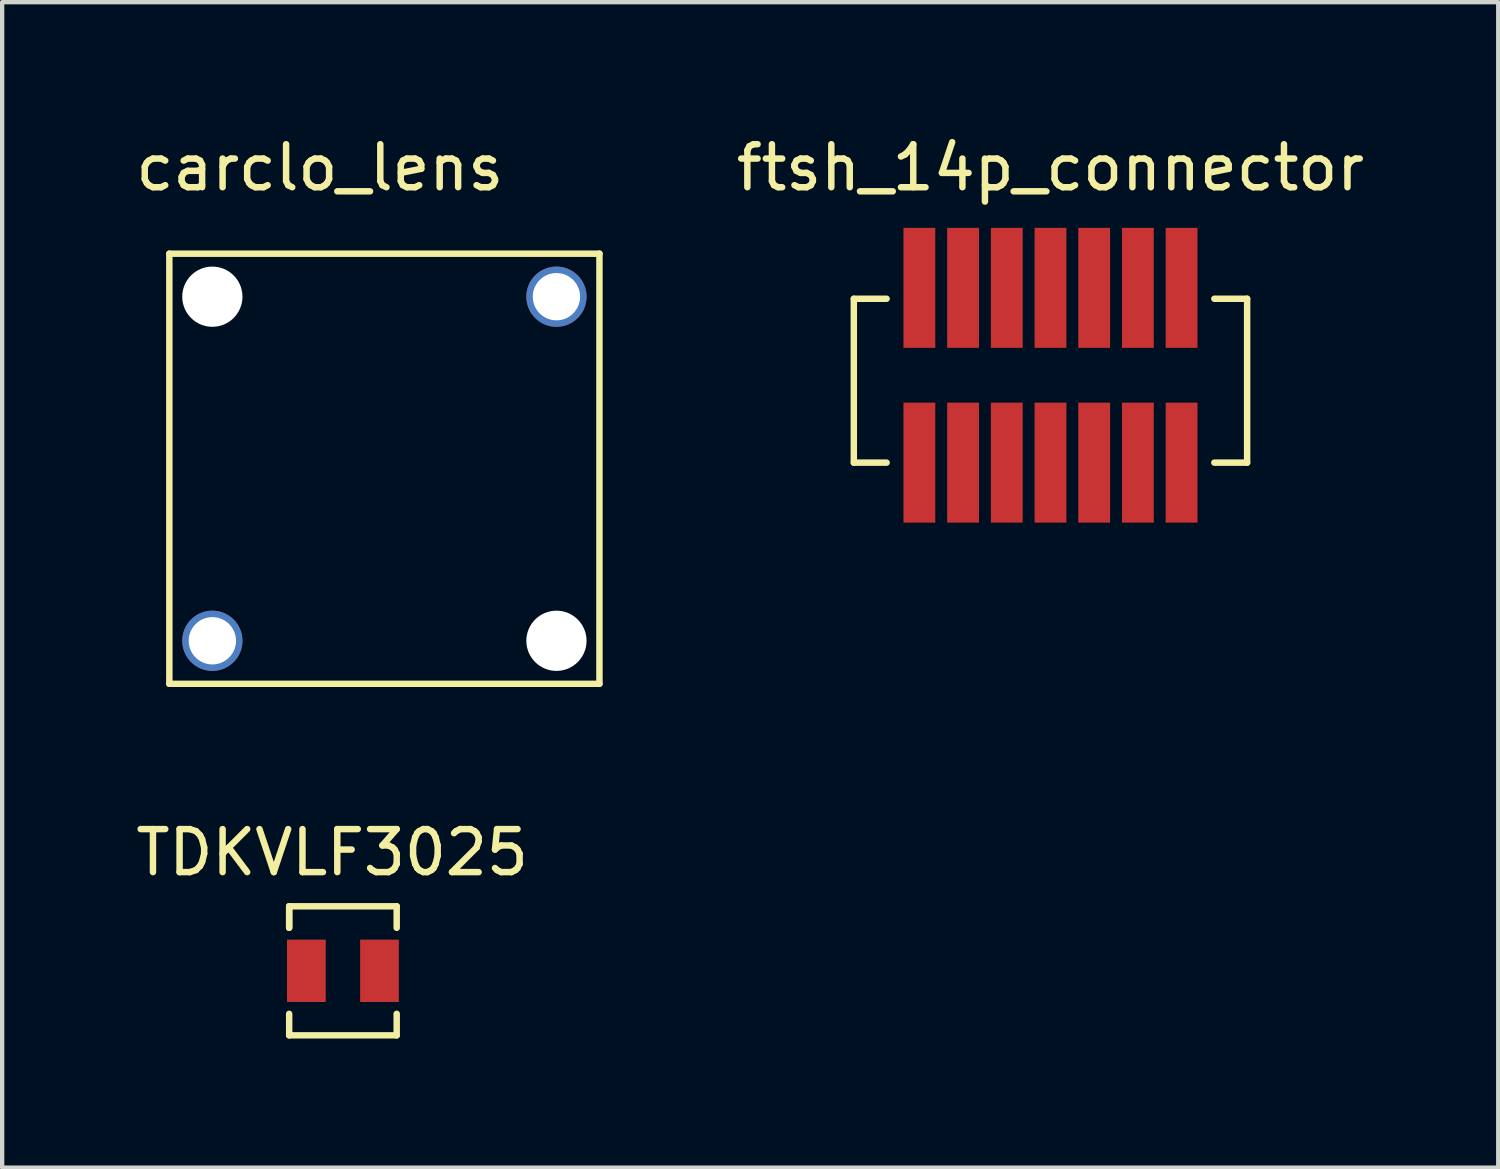
<source format=kicad_pcb>
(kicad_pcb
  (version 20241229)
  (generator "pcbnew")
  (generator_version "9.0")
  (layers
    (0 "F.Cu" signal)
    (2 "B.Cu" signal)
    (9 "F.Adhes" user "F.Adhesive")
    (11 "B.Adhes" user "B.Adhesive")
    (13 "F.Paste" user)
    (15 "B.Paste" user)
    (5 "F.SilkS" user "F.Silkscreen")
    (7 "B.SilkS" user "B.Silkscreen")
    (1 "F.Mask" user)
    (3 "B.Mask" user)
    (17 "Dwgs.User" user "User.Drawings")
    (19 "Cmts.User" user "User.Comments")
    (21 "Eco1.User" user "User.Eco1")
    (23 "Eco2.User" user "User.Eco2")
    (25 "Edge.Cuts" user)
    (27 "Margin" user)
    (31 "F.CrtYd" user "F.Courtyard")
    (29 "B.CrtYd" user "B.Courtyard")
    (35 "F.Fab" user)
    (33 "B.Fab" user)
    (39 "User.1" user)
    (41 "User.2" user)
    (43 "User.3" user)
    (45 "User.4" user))
  (footprint "TDKVLF3025"
    (layer "F.Cu")
    (at 4.923 19.521)
    (property "Reference" "TDKVLF3025" (at -0.25 -2.75 0) (layer "F.SilkS") (effects (font (size 1 1) (thickness 0.15))))
    (attr through_hole)
    (fp_line (start -1.25 -1.5) (end -1.25 -1) (stroke (width 0.15) (type solid)) (layer "F.SilkS"))
    (fp_line (start -1.25 -1.5) (end 1.25 -1.5) (stroke (width 0.15) (type solid)) (layer "F.SilkS"))
    (fp_line (start -1.25 -1) (end -1.25 -1.5) (stroke (width 0.15) (type solid)) (layer "F.SilkS"))
    (fp_line (start -1.25 1) (end -1.25 1.5) (stroke (width 0.15) (type solid)) (layer "F.SilkS"))
    (fp_line (start -1.25 1.5) (end 1.25 1.5) (stroke (width 0.15) (type solid)) (layer "F.SilkS"))
    (fp_line (start 1.25 -1.5) (end 1.25 -1) (stroke (width 0.15) (type solid)) (layer "F.SilkS"))
    (fp_line (start 1.25 1.5) (end 1.25 1) (stroke (width 0.15) (type solid)) (layer "F.SilkS"))
    (pad "1" smd rect (at -0.85 0) (size 0.9 1.45) (layers "F.Cu" "F.Mask" "F.Paste"))
    (pad "2" smd rect (at 0.85 0) (size 0.9 1.45) (layers "F.Cu" "F.Mask" "F.Paste")))
  (footprint "ftsh_14p_connector"
    (layer "F.Cu")
    (at 21.373 5.801)
    (property "Reference" "ftsh_14p_connector" (at 0 -4.953 0) (layer "F.SilkS") (effects (font (size 1 1) (thickness 0.15))))
    (attr through_hole)
    (fp_line (start -4.572 -1.905) (end -4.572 1.905) (stroke (width 0.15) (type solid)) (layer "F.SilkS"))
    (fp_line (start -4.572 1.905) (end -3.81 1.905) (stroke (width 0.15) (type solid)) (layer "F.SilkS"))
    (fp_line (start -3.81 -1.905) (end -4.572 -1.905) (stroke (width 0.15) (type solid)) (layer "F.SilkS"))
    (fp_line (start 3.81 -1.905) (end 4.572 -1.905) (stroke (width 0.15) (type solid)) (layer "F.SilkS"))
    (fp_line (start 4.572 -1.905) (end 4.572 1.905) (stroke (width 0.15) (type solid)) (layer "F.SilkS"))
    (fp_line (start 4.572 1.905) (end 3.81 1.905) (stroke (width 0.15) (type solid)) (layer "F.SilkS"))
    (pad "1" smd rect (at -3.048 1.905) (size 0.74 2.79) (layers "F.Cu" "F.Mask" "F.Paste"))
    (pad "2" smd rect (at -3.048 -2.159) (size 0.74 2.79) (layers "F.Cu" "F.Mask" "F.Paste"))
    (pad "3" smd rect (at -2.032 1.905) (size 0.74 2.79) (layers "F.Cu" "F.Mask" "F.Paste"))
    (pad "4" smd rect (at -2.032 -2.159) (size 0.74 2.79) (layers "F.Cu" "F.Mask" "F.Paste"))
    (pad "5" smd rect (at -1.016 1.905) (size 0.74 2.79) (layers "F.Cu" "F.Mask" "F.Paste"))
    (pad "6" smd rect (at -1.016 -2.159) (size 0.74 2.79) (layers "F.Cu" "F.Mask" "F.Paste"))
    (pad "7" smd rect (at 0 1.905) (size 0.74 2.79) (layers "F.Cu" "F.Mask" "F.Paste"))
    (pad "8" smd rect (at 0 -2.159) (size 0.74 2.79) (layers "F.Cu" "F.Mask" "F.Paste"))
    (pad "9" smd rect (at 1.016 1.905) (size 0.74 2.79) (layers "F.Cu" "F.Mask" "F.Paste"))
    (pad "10" smd rect (at 1.016 -2.159) (size 0.74 2.79) (layers "F.Cu" "F.Mask" "F.Paste"))
    (pad "11" smd rect (at 2.032 1.905) (size 0.74 2.79) (layers "F.Cu" "F.Mask" "F.Paste"))
    (pad "12" smd rect (at 2.032 -2.159) (size 0.74 2.79) (layers "F.Cu" "F.Mask" "F.Paste"))
    (pad "13" smd rect (at 3.048 1.905) (size 0.74 2.79) (layers "F.Cu" "F.Mask" "F.Paste"))
    (pad "14" smd rect (at 3.048 -2.159) (size 0.74 2.79) (layers "F.Cu" "F.Mask" "F.Paste")))
  (footprint "carclo_lens"
    (layer "F.Cu")
    (at 5.887 7.848)
    (property "Reference" "carclo_lens" (at -1.5 -7 0) (layer "F.SilkS") (effects (font (size 1 1) (thickness 0.15))))
    (attr through_hole)
    (fp_line (start -5 -5) (end -5 5) (stroke (width 0.15) (type solid)) (layer "F.SilkS"))
    (fp_line (start -5 5) (end 5 5) (stroke (width 0.15) (type solid)) (layer "F.SilkS"))
    (fp_line (start 5 -5) (end -5 -5) (stroke (width 0.15) (type solid)) (layer "F.SilkS"))
    (fp_line (start 5 5) (end 5 -5) (stroke (width 0.15) (type solid)) (layer "F.SilkS"))
    (pad "" np_thru_hole circle (at -4 -4) (size 1.4 1.4) (drill 1.4) (layers "*.Cu" "*.Mask"))
    (pad "" np_thru_hole circle (at -4 4) (size 1.4 1.4) (drill 1.1) (layers "*.Cu" "*.Mask"))
    (pad "" np_thru_hole circle (at 4 -4) (size 1.4 1.4) (drill 1.1) (layers "*.Cu" "*.Mask"))
    (pad "" np_thru_hole circle (at 4 4) (size 1.4 1.4) (drill 1.4) (layers "*.Cu" "*.Mask")))
  (gr_rect
    (start -3 -3)
    (end 31.783 24.096)
    (stroke (width 0.1) (type default))
    (fill no)
    (layer "Edge.Cuts")))
</source>
